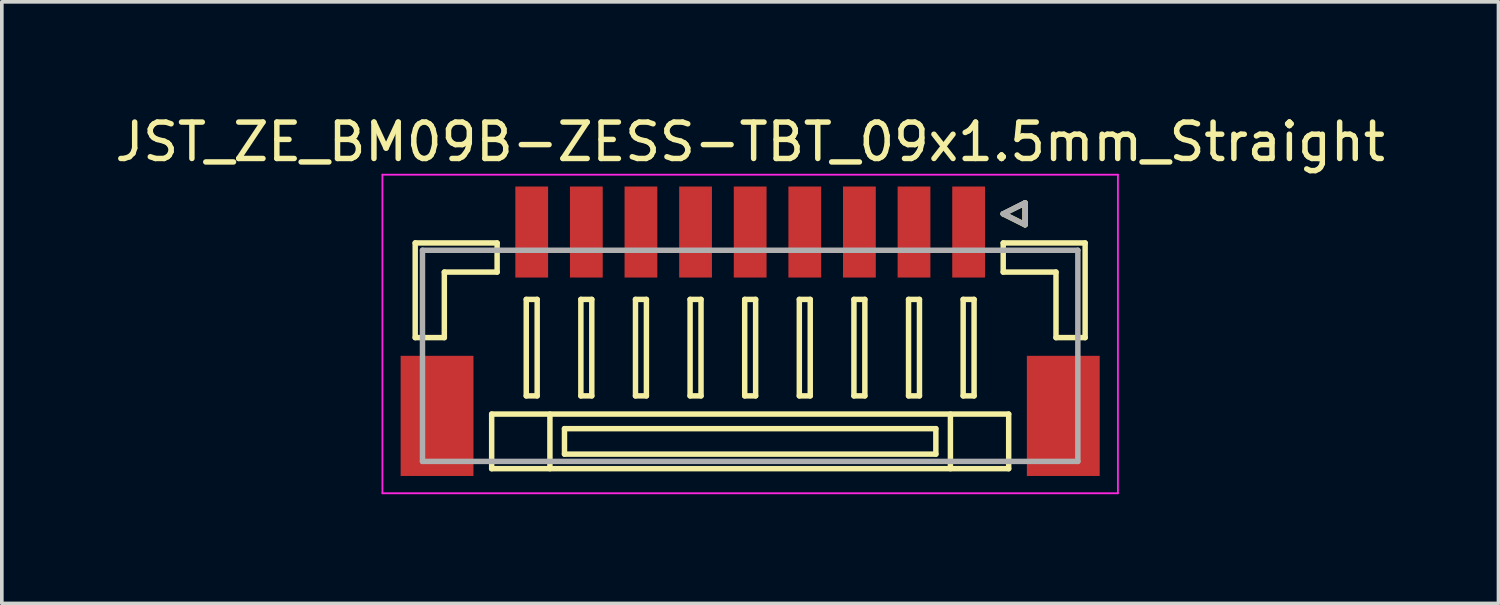
<source format=kicad_pcb>
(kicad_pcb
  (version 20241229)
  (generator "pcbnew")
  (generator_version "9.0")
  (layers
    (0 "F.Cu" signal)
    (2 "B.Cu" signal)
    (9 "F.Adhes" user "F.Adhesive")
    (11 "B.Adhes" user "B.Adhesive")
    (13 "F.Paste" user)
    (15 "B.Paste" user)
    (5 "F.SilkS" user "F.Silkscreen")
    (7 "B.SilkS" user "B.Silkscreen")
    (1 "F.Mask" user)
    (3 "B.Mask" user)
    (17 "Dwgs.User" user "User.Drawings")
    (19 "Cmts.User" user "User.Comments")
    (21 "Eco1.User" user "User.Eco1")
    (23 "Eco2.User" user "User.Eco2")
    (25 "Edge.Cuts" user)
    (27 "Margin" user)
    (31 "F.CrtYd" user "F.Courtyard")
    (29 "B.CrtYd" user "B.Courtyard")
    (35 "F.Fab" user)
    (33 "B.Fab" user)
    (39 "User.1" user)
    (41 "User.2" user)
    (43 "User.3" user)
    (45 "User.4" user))
  (footprint "JST_ZE_BM09B-ZESS-TBT_09x1.5mm_Straight"
    (layer "F.Cu")
    (at 17.554 5.848)
    (property "Reference" "JST_ZE_BM09B-ZESS-TBT_09x1.5mm_Straight" (at 0 -5 0) (layer "F.SilkS") (effects (font (size 1 1) (thickness 0.15))))
    (attr smd)
    (fp_line (start -9.2 -2.225) (end -9.2 0.375) (stroke (width 0.15) (type solid)) (layer "F.SilkS"))
    (fp_line (start -9.2 0.375) (end -8.4 0.375) (stroke (width 0.15) (type solid)) (layer "F.SilkS"))
    (fp_line (start -8.4 -1.425) (end -6.95 -1.425) (stroke (width 0.15) (type solid)) (layer "F.SilkS"))
    (fp_line (start -8.4 0.375) (end -8.4 -1.425) (stroke (width 0.15) (type solid)) (layer "F.SilkS"))
    (fp_line (start -7.1 2.475) (end -7.1 3.975) (stroke (width 0.15) (type solid)) (layer "F.SilkS"))
    (fp_line (start -7.1 3.975) (end 7.1 3.975) (stroke (width 0.15) (type solid)) (layer "F.SilkS"))
    (fp_line (start -6.95 -2.225) (end -9.2 -2.225) (stroke (width 0.15) (type solid)) (layer "F.SilkS"))
    (fp_line (start -6.95 -1.425) (end -6.95 -2.225) (stroke (width 0.15) (type solid)) (layer "F.SilkS"))
    (fp_line (start -6.15 -0.675) (end -6.15 1.975) (stroke (width 0.15) (type solid)) (layer "F.SilkS"))
    (fp_line (start -6.15 1.975) (end -5.85 1.975) (stroke (width 0.15) (type solid)) (layer "F.SilkS"))
    (fp_line (start -5.85 -0.675) (end -6.15 -0.675) (stroke (width 0.15) (type solid)) (layer "F.SilkS"))
    (fp_line (start -5.85 1.975) (end -5.85 -0.675) (stroke (width 0.15) (type solid)) (layer "F.SilkS"))
    (fp_line (start -5.5 2.475) (end -5.5 3.975) (stroke (width 0.15) (type solid)) (layer "F.SilkS"))
    (fp_line (start -5.1 2.875) (end -5.1 3.575) (stroke (width 0.15) (type solid)) (layer "F.SilkS"))
    (fp_line (start -5.1 3.575) (end 5.1 3.575) (stroke (width 0.15) (type solid)) (layer "F.SilkS"))
    (fp_line (start -4.65 -0.675) (end -4.65 1.975) (stroke (width 0.15) (type solid)) (layer "F.SilkS"))
    (fp_line (start -4.65 1.975) (end -4.35 1.975) (stroke (width 0.15) (type solid)) (layer "F.SilkS"))
    (fp_line (start -4.35 -0.675) (end -4.65 -0.675) (stroke (width 0.15) (type solid)) (layer "F.SilkS"))
    (fp_line (start -4.35 1.975) (end -4.35 -0.675) (stroke (width 0.15) (type solid)) (layer "F.SilkS"))
    (fp_line (start -3.15 -0.675) (end -3.15 1.975) (stroke (width 0.15) (type solid)) (layer "F.SilkS"))
    (fp_line (start -3.15 1.975) (end -2.85 1.975) (stroke (width 0.15) (type solid)) (layer "F.SilkS"))
    (fp_line (start -2.85 -0.675) (end -3.15 -0.675) (stroke (width 0.15) (type solid)) (layer "F.SilkS"))
    (fp_line (start -2.85 1.975) (end -2.85 -0.675) (stroke (width 0.15) (type solid)) (layer "F.SilkS"))
    (fp_line (start -1.65 -0.675) (end -1.65 1.975) (stroke (width 0.15) (type solid)) (layer "F.SilkS"))
    (fp_line (start -1.65 1.975) (end -1.35 1.975) (stroke (width 0.15) (type solid)) (layer "F.SilkS"))
    (fp_line (start -1.35 -0.675) (end -1.65 -0.675) (stroke (width 0.15) (type solid)) (layer "F.SilkS"))
    (fp_line (start -1.35 1.975) (end -1.35 -0.675) (stroke (width 0.15) (type solid)) (layer "F.SilkS"))
    (fp_line (start -0.15 -0.675) (end -0.15 1.975) (stroke (width 0.15) (type solid)) (layer "F.SilkS"))
    (fp_line (start -0.15 1.975) (end 0.15 1.975) (stroke (width 0.15) (type solid)) (layer "F.SilkS"))
    (fp_line (start 0.15 -0.675) (end -0.15 -0.675) (stroke (width 0.15) (type solid)) (layer "F.SilkS"))
    (fp_line (start 0.15 1.975) (end 0.15 -0.675) (stroke (width 0.15) (type solid)) (layer "F.SilkS"))
    (fp_line (start 1.35 -0.675) (end 1.35 1.975) (stroke (width 0.15) (type solid)) (layer "F.SilkS"))
    (fp_line (start 1.35 1.975) (end 1.65 1.975) (stroke (width 0.15) (type solid)) (layer "F.SilkS"))
    (fp_line (start 1.65 -0.675) (end 1.35 -0.675) (stroke (width 0.15) (type solid)) (layer "F.SilkS"))
    (fp_line (start 1.65 1.975) (end 1.65 -0.675) (stroke (width 0.15) (type solid)) (layer "F.SilkS"))
    (fp_line (start 2.85 -0.675) (end 2.85 1.975) (stroke (width 0.15) (type solid)) (layer "F.SilkS"))
    (fp_line (start 2.85 1.975) (end 3.15 1.975) (stroke (width 0.15) (type solid)) (layer "F.SilkS"))
    (fp_line (start 3.15 -0.675) (end 2.85 -0.675) (stroke (width 0.15) (type solid)) (layer "F.SilkS"))
    (fp_line (start 3.15 1.975) (end 3.15 -0.675) (stroke (width 0.15) (type solid)) (layer "F.SilkS"))
    (fp_line (start 4.35 -0.675) (end 4.35 1.975) (stroke (width 0.15) (type solid)) (layer "F.SilkS"))
    (fp_line (start 4.35 1.975) (end 4.65 1.975) (stroke (width 0.15) (type solid)) (layer "F.SilkS"))
    (fp_line (start 4.65 -0.675) (end 4.35 -0.675) (stroke (width 0.15) (type solid)) (layer "F.SilkS"))
    (fp_line (start 4.65 1.975) (end 4.65 -0.675) (stroke (width 0.15) (type solid)) (layer "F.SilkS"))
    (fp_line (start 5.1 2.875) (end -5.1 2.875) (stroke (width 0.15) (type solid)) (layer "F.SilkS"))
    (fp_line (start 5.1 3.575) (end 5.1 2.875) (stroke (width 0.15) (type solid)) (layer "F.SilkS"))
    (fp_line (start 5.5 2.475) (end 5.5 3.975) (stroke (width 0.15) (type solid)) (layer "F.SilkS"))
    (fp_line (start 5.85 -0.675) (end 5.85 1.975) (stroke (width 0.15) (type solid)) (layer "F.SilkS"))
    (fp_line (start 5.85 1.975) (end 6.15 1.975) (stroke (width 0.15) (type solid)) (layer "F.SilkS"))
    (fp_line (start 6.15 -0.675) (end 5.85 -0.675) (stroke (width 0.15) (type solid)) (layer "F.SilkS"))
    (fp_line (start 6.15 1.975) (end 6.15 -0.675) (stroke (width 0.15) (type solid)) (layer "F.SilkS"))
    (fp_line (start 6.95 -3.025) (end 7.55 -3.325) (stroke (width 0.15) (type solid)) (layer "F.SilkS"))
    (fp_line (start 6.95 -2.225) (end 9.2 -2.225) (stroke (width 0.15) (type solid)) (layer "F.SilkS"))
    (fp_line (start 6.95 -1.425) (end 6.95 -2.225) (stroke (width 0.15) (type solid)) (layer "F.SilkS"))
    (fp_line (start 7.1 2.475) (end -7.1 2.475) (stroke (width 0.15) (type solid)) (layer "F.SilkS"))
    (fp_line (start 7.1 3.975) (end 7.1 2.475) (stroke (width 0.15) (type solid)) (layer "F.SilkS"))
    (fp_line (start 7.55 -3.325) (end 7.55 -2.725) (stroke (width 0.15) (type solid)) (layer "F.SilkS"))
    (fp_line (start 7.55 -2.725) (end 6.95 -3.025) (stroke (width 0.15) (type solid)) (layer "F.SilkS"))
    (fp_line (start 8.4 -1.425) (end 6.95 -1.425) (stroke (width 0.15) (type solid)) (layer "F.SilkS"))
    (fp_line (start 8.4 0.375) (end 8.4 -1.425) (stroke (width 0.15) (type solid)) (layer "F.SilkS"))
    (fp_line (start 9.2 -2.225) (end 9.2 0.375) (stroke (width 0.15) (type solid)) (layer "F.SilkS"))
    (fp_line (start 9.2 0.375) (end 8.4 0.375) (stroke (width 0.15) (type solid)) (layer "F.SilkS"))
    (fp_line (start -10.1 -4.1) (end -10.1 4.65) (stroke (width 0.05) (type solid)) (layer "F.CrtYd"))
    (fp_line (start -10.1 4.65) (end 10.1 4.65) (stroke (width 0.05) (type solid)) (layer "F.CrtYd"))
    (fp_line (start 10.1 -4.1) (end -10.1 -4.1) (stroke (width 0.05) (type solid)) (layer "F.CrtYd"))
    (fp_line (start 10.1 4.65) (end 10.1 -4.1) (stroke (width 0.05) (type solid)) (layer "F.CrtYd"))
    (fp_line (start -9 -2.025) (end -9 3.775) (stroke (width 0.15) (type solid)) (layer "F.Fab"))
    (fp_line (start -9 3.775) (end 9 3.775) (stroke (width 0.15) (type solid)) (layer "F.Fab"))
    (fp_line (start 6.95 -3.025) (end 7.55 -3.325) (stroke (width 0.15) (type solid)) (layer "F.Fab"))
    (fp_line (start 7.55 -3.325) (end 7.55 -2.725) (stroke (width 0.15) (type solid)) (layer "F.Fab"))
    (fp_line (start 7.55 -2.725) (end 6.95 -3.025) (stroke (width 0.15) (type solid)) (layer "F.Fab"))
    (fp_line (start 9 -2.025) (end -9 -2.025) (stroke (width 0.15) (type solid)) (layer "F.Fab"))
    (fp_line (start 9 3.775) (end 9 -2.025) (stroke (width 0.15) (type solid)) (layer "F.Fab"))
    (pad "" smd rect (at -8.6 2.525) (size 2 3.3) (layers "F.Cu" "F.Mask" "F.Paste"))
    (pad "" smd rect (at 8.6 2.525) (size 2 3.3) (layers "F.Cu" "F.Mask" "F.Paste"))
    (pad "1" smd rect (at 6 -2.525) (size 0.9 2.5) (layers "F.Cu" "F.Mask" "F.Paste"))
    (pad "2" smd rect (at 4.5 -2.525) (size 0.9 2.5) (layers "F.Cu" "F.Mask" "F.Paste"))
    (pad "3" smd rect (at 3 -2.525) (size 0.9 2.5) (layers "F.Cu" "F.Mask" "F.Paste"))
    (pad "4" smd rect (at 1.5 -2.525) (size 0.9 2.5) (layers "F.Cu" "F.Mask" "F.Paste"))
    (pad "5" smd rect (at 0 -2.525) (size 0.9 2.5) (layers "F.Cu" "F.Mask" "F.Paste"))
    (pad "6" smd rect (at -1.5 -2.525) (size 0.9 2.5) (layers "F.Cu" "F.Mask" "F.Paste"))
    (pad "7" smd rect (at -3 -2.525) (size 0.9 2.5) (layers "F.Cu" "F.Mask" "F.Paste"))
    (pad "8" smd rect (at -4.5 -2.525) (size 0.9 2.5) (layers "F.Cu" "F.Mask" "F.Paste"))
    (pad "9" smd rect (at -6 -2.525) (size 0.9 2.5) (layers "F.Cu" "F.Mask" "F.Paste")))
  (gr_rect
    (start -3 -3)
    (end 38.107 13.523)
    (stroke (width 0.1) (type default))
    (fill no)
    (layer "Edge.Cuts")))
</source>
